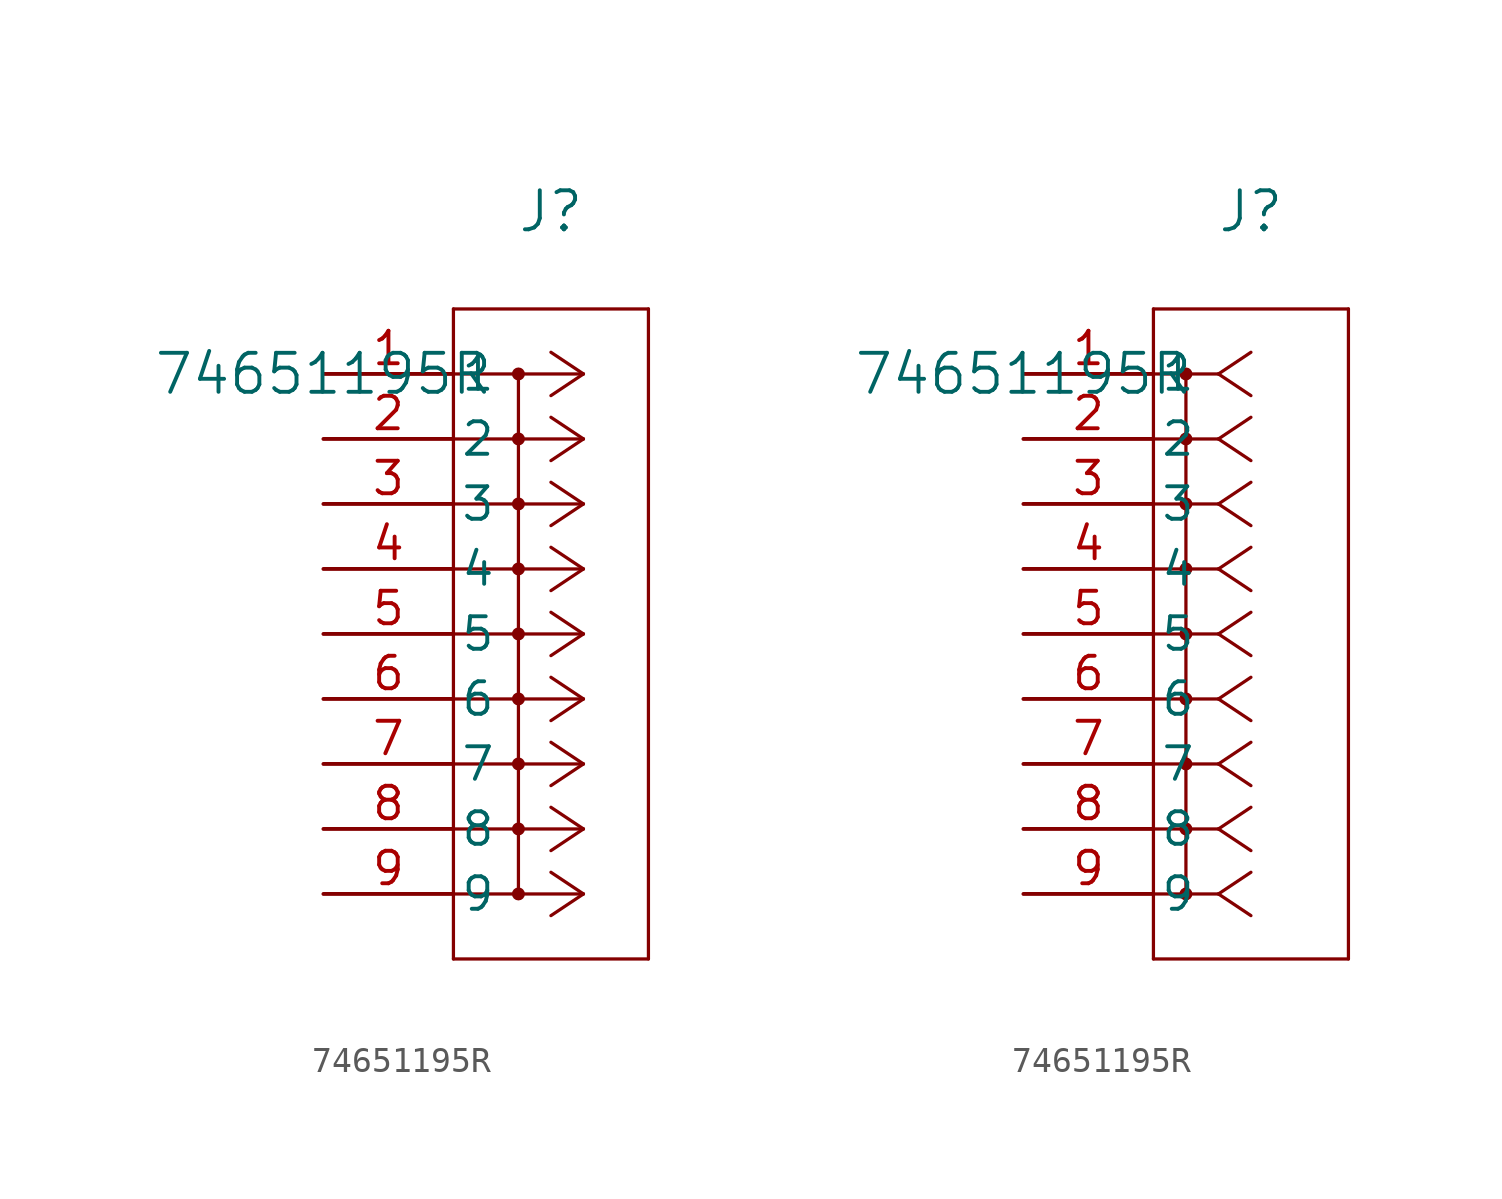
<source format=kicad_sym>
(kicad_symbol_lib
  (version 20211014)
  (generator kicad_symbol_editor)
  (symbol "74651195R"
    (pin_names
      (offset 0.254))
    (property "Reference" "J"
      (at 8.89 6.35 0)
      (effects (font (size 1.524 1.524))))
    (property "Value" "74651195R"
      (at 0 0 0)
      (effects (font (size 1.524 1.524))))
    (symbol "74651195R_1_1"
      (polyline (pts (xy 10.16 0) (xy 5.08 0)) (stroke (width 0.127) (type default) (color 0 0 0 0)) (fill (type none)))
      (polyline (pts (xy 10.16 -2.54) (xy 5.08 -2.54)) (stroke (width 0.127) (type default) (color 0 0 0 0)) (fill (type none)))
      (polyline (pts (xy 10.16 -5.08) (xy 5.08 -5.08)) (stroke (width 0.127) (type default) (color 0 0 0 0)) (fill (type none)))
      (polyline (pts (xy 10.16 -7.62) (xy 5.08 -7.62)) (stroke (width 0.127) (type default) (color 0 0 0 0)) (fill (type none)))
      (polyline (pts (xy 10.16 -10.16) (xy 5.08 -10.16)) (stroke (width 0.127) (type default) (color 0 0 0 0)) (fill (type none)))
      (polyline (pts (xy 10.16 -12.7) (xy 5.08 -12.7)) (stroke (width 0.127) (type default) (color 0 0 0 0)) (fill (type none)))
      (polyline (pts (xy 10.16 -15.24) (xy 5.08 -15.24)) (stroke (width 0.127) (type default) (color 0 0 0 0)) (fill (type none)))
      (polyline (pts (xy 10.16 -17.78) (xy 5.08 -17.78)) (stroke (width 0.127) (type default) (color 0 0 0 0)) (fill (type none)))
      (polyline (pts (xy 10.16 -20.32) (xy 5.08 -20.32)) (stroke (width 0.127) (type default) (color 0 0 0 0)) (fill (type none)))
      (polyline (pts (xy 10.16 0) (xy 8.89 0.847)) (stroke (width 0.127) (type default) (color 0 0 0 0)) (fill (type none)))
      (polyline (pts (xy 10.16 -2.54) (xy 8.89 -1.693)) (stroke (width 0.127) (type default) (color 0 0 0 0)) (fill (type none)))
      (polyline (pts (xy 10.16 -5.08) (xy 8.89 -4.233)) (stroke (width 0.127) (type default) (color 0 0 0 0)) (fill (type none)))
      (polyline (pts (xy 10.16 -7.62) (xy 8.89 -6.773)) (stroke (width 0.127) (type default) (color 0 0 0 0)) (fill (type none)))
      (polyline (pts (xy 10.16 -10.16) (xy 8.89 -9.313)) (stroke (width 0.127) (type default) (color 0 0 0 0)) (fill (type none)))
      (polyline (pts (xy 10.16 -12.7) (xy 8.89 -11.853)) (stroke (width 0.127) (type default) (color 0 0 0 0)) (fill (type none)))
      (polyline (pts (xy 10.16 -15.24) (xy 8.89 -14.393)) (stroke (width 0.127) (type default) (color 0 0 0 0)) (fill (type none)))
      (polyline (pts (xy 10.16 -17.78) (xy 8.89 -16.933)) (stroke (width 0.127) (type default) (color 0 0 0 0)) (fill (type none)))
      (polyline (pts (xy 10.16 -20.32) (xy 8.89 -19.473)) (stroke (width 0.127) (type default) (color 0 0 0 0)) (fill (type none)))
      (polyline (pts (xy 10.16 0) (xy 8.89 -0.847)) (stroke (width 0.127) (type default) (color 0 0 0 0)) (fill (type none)))
      (polyline (pts (xy 10.16 -2.54) (xy 8.89 -3.387)) (stroke (width 0.127) (type default) (color 0 0 0 0)) (fill (type none)))
      (polyline (pts (xy 10.16 -5.08) (xy 8.89 -5.927)) (stroke (width 0.127) (type default) (color 0 0 0 0)) (fill (type none)))
      (polyline (pts (xy 10.16 -7.62) (xy 8.89 -8.467)) (stroke (width 0.127) (type default) (color 0 0 0 0)) (fill (type none)))
      (polyline (pts (xy 10.16 -10.16) (xy 8.89 -11.007)) (stroke (width 0.127) (type default) (color 0 0 0 0)) (fill (type none)))
      (polyline (pts (xy 10.16 -12.7) (xy 8.89 -13.547)) (stroke (width 0.127) (type default) (color 0 0 0 0)) (fill (type none)))
      (polyline (pts (xy 10.16 -15.24) (xy 8.89 -16.087)) (stroke (width 0.127) (type default) (color 0 0 0 0)) (fill (type none)))
      (polyline (pts (xy 10.16 -17.78) (xy 8.89 -18.627)) (stroke (width 0.127) (type default) (color 0 0 0 0)) (fill (type none)))
      (polyline (pts (xy 10.16 -20.32) (xy 8.89 -21.167)) (stroke (width 0.127) (type default) (color 0 0 0 0)) (fill (type none)))
      (polyline (pts (xy 5.08 2.54) (xy 5.08 -22.86)) (stroke (width 0.127) (type default) (color 0 0 0 0)) (fill (type none)))
      (polyline (pts (xy 5.08 -22.86) (xy 12.7 -22.86)) (stroke (width 0.127) (type default) (color 0 0 0 0)) (fill (type none)))
      (polyline (pts (xy 12.7 -22.86) (xy 12.7 2.54)) (stroke (width 0.127) (type default) (color 0 0 0 0)) (fill (type none)))
      (polyline (pts (xy 12.7 2.54) (xy 5.08 2.54)) (stroke (width 0.127) (type default) (color 0 0 0 0)) (fill (type none)))
      (polyline (pts (xy 7.62 0) (xy 7.62 -20.32)) (stroke (width 0.127) (type default) (color 0 0 0 0)) (fill (type none)))
      (circle (center 7.62 0) (radius 0.127) (stroke (width 0.254) (type default) (color 0 0 0 0)) (fill (type none)))
      (circle (center 7.62 -2.54) (radius 0.127) (stroke (width 0.254) (type default) (color 0 0 0 0)) (fill (type none)))
      (circle (center 7.62 -5.08) (radius 0.127) (stroke (width 0.254) (type default) (color 0 0 0 0)) (fill (type none)))
      (circle (center 7.62 -7.62) (radius 0.127) (stroke (width 0.254) (type default) (color 0 0 0 0)) (fill (type none)))
      (circle (center 7.62 -10.16) (radius 0.127) (stroke (width 0.254) (type default) (color 0 0 0 0)) (fill (type none)))
      (circle (center 7.62 -12.7) (radius 0.127) (stroke (width 0.254) (type default) (color 0 0 0 0)) (fill (type none)))
      (circle (center 7.62 -15.24) (radius 0.127) (stroke (width 0.254) (type default) (color 0 0 0 0)) (fill (type none)))
      (circle (center 7.62 -17.78) (radius 0.127) (stroke (width 0.254) (type default) (color 0 0 0 0)) (fill (type none)))
      (circle (center 7.62 -20.32) (radius 0.127) (stroke (width 0.254) (type default) (color 0 0 0 0)) (fill (type none)))
      (pin unspecified line (at 0 0 0) (length 5.08) (name "1" (effects (font (size 1.27 1.27)))) (number "1" (effects (font (size 1.27 1.27)))))
      (pin unspecified line (at 0 -2.54 0) (length 5.08) (name "2" (effects (font (size 1.27 1.27)))) (number "2" (effects (font (size 1.27 1.27)))))
      (pin unspecified line (at 0 -5.08 0) (length 5.08) (name "3" (effects (font (size 1.27 1.27)))) (number "3" (effects (font (size 1.27 1.27)))))
      (pin unspecified line (at 0 -7.62 0) (length 5.08) (name "4" (effects (font (size 1.27 1.27)))) (number "4" (effects (font (size 1.27 1.27)))))
      (pin unspecified line (at 0 -10.16 0) (length 5.08) (name "5" (effects (font (size 1.27 1.27)))) (number "5" (effects (font (size 1.27 1.27)))))
      (pin unspecified line (at 0 -12.7 0) (length 5.08) (name "6" (effects (font (size 1.27 1.27)))) (number "6" (effects (font (size 1.27 1.27)))))
      (pin unspecified line (at 0 -15.24 0) (length 5.08) (name "7" (effects (font (size 1.27 1.27)))) (number "7" (effects (font (size 1.27 1.27)))))
      (pin unspecified line (at 0 -17.78 0) (length 5.08) (name "8" (effects (font (size 1.27 1.27)))) (number "8" (effects (font (size 1.27 1.27)))))
      (pin unspecified line (at 0 -20.32 0) (length 5.08) (name "9" (effects (font (size 1.27 1.27)))) (number "9" (effects (font (size 1.27 1.27))))))
    (symbol "74651195R_1_2"
      (polyline (pts (xy 7.62 0) (xy 5.08 0)) (stroke (width 0.127) (type default) (color 0 0 0 0)) (fill (type none)))
      (polyline (pts (xy 7.62 -2.54) (xy 5.08 -2.54)) (stroke (width 0.127) (type default) (color 0 0 0 0)) (fill (type none)))
      (polyline (pts (xy 7.62 -5.08) (xy 5.08 -5.08)) (stroke (width 0.127) (type default) (color 0 0 0 0)) (fill (type none)))
      (polyline (pts (xy 7.62 -7.62) (xy 5.08 -7.62)) (stroke (width 0.127) (type default) (color 0 0 0 0)) (fill (type none)))
      (polyline (pts (xy 7.62 -10.16) (xy 5.08 -10.16)) (stroke (width 0.127) (type default) (color 0 0 0 0)) (fill (type none)))
      (polyline (pts (xy 7.62 -12.7) (xy 5.08 -12.7)) (stroke (width 0.127) (type default) (color 0 0 0 0)) (fill (type none)))
      (polyline (pts (xy 7.62 -15.24) (xy 5.08 -15.24)) (stroke (width 0.127) (type default) (color 0 0 0 0)) (fill (type none)))
      (polyline (pts (xy 7.62 -17.78) (xy 5.08 -17.78)) (stroke (width 0.127) (type default) (color 0 0 0 0)) (fill (type none)))
      (polyline (pts (xy 7.62 -20.32) (xy 5.08 -20.32)) (stroke (width 0.127) (type default) (color 0 0 0 0)) (fill (type none)))
      (polyline (pts (xy 7.62 0) (xy 8.89 0.847)) (stroke (width 0.127) (type default) (color 0 0 0 0)) (fill (type none)))
      (polyline (pts (xy 7.62 -2.54) (xy 8.89 -1.693)) (stroke (width 0.127) (type default) (color 0 0 0 0)) (fill (type none)))
      (polyline (pts (xy 7.62 -5.08) (xy 8.89 -4.233)) (stroke (width 0.127) (type default) (color 0 0 0 0)) (fill (type none)))
      (polyline (pts (xy 7.62 -7.62) (xy 8.89 -6.773)) (stroke (width 0.127) (type default) (color 0 0 0 0)) (fill (type none)))
      (polyline (pts (xy 7.62 -10.16) (xy 8.89 -9.313)) (stroke (width 0.127) (type default) (color 0 0 0 0)) (fill (type none)))
      (polyline (pts (xy 7.62 -12.7) (xy 8.89 -11.853)) (stroke (width 0.127) (type default) (color 0 0 0 0)) (fill (type none)))
      (polyline (pts (xy 7.62 -15.24) (xy 8.89 -14.393)) (stroke (width 0.127) (type default) (color 0 0 0 0)) (fill (type none)))
      (polyline (pts (xy 7.62 -17.78) (xy 8.89 -16.933)) (stroke (width 0.127) (type default) (color 0 0 0 0)) (fill (type none)))
      (polyline (pts (xy 7.62 -20.32) (xy 8.89 -19.473)) (stroke (width 0.127) (type default) (color 0 0 0 0)) (fill (type none)))
      (polyline (pts (xy 7.62 0) (xy 8.89 -0.847)) (stroke (width 0.127) (type default) (color 0 0 0 0)) (fill (type none)))
      (polyline (pts (xy 7.62 -2.54) (xy 8.89 -3.387)) (stroke (width 0.127) (type default) (color 0 0 0 0)) (fill (type none)))
      (polyline (pts (xy 7.62 -5.08) (xy 8.89 -5.927)) (stroke (width 0.127) (type default) (color 0 0 0 0)) (fill (type none)))
      (polyline (pts (xy 7.62 -7.62) (xy 8.89 -8.467)) (stroke (width 0.127) (type default) (color 0 0 0 0)) (fill (type none)))
      (polyline (pts (xy 7.62 -10.16) (xy 8.89 -11.007)) (stroke (width 0.127) (type default) (color 0 0 0 0)) (fill (type none)))
      (polyline (pts (xy 7.62 -12.7) (xy 8.89 -13.547)) (stroke (width 0.127) (type default) (color 0 0 0 0)) (fill (type none)))
      (polyline (pts (xy 7.62 -15.24) (xy 8.89 -16.087)) (stroke (width 0.127) (type default) (color 0 0 0 0)) (fill (type none)))
      (polyline (pts (xy 7.62 -17.78) (xy 8.89 -18.627)) (stroke (width 0.127) (type default) (color 0 0 0 0)) (fill (type none)))
      (polyline (pts (xy 7.62 -20.32) (xy 8.89 -21.167)) (stroke (width 0.127) (type default) (color 0 0 0 0)) (fill (type none)))
      (polyline (pts (xy 5.08 2.54) (xy 5.08 -22.86)) (stroke (width 0.127) (type default) (color 0 0 0 0)) (fill (type none)))
      (polyline (pts (xy 5.08 -22.86) (xy 12.7 -22.86)) (stroke (width 0.127) (type default) (color 0 0 0 0)) (fill (type none)))
      (polyline (pts (xy 12.7 -22.86) (xy 12.7 2.54)) (stroke (width 0.127) (type default) (color 0 0 0 0)) (fill (type none)))
      (polyline (pts (xy 12.7 2.54) (xy 5.08 2.54)) (stroke (width 0.127) (type default) (color 0 0 0 0)) (fill (type none)))
      (polyline (pts (xy 6.35 0) (xy 6.35 -20.32)) (stroke (width 0.127) (type default) (color 0 0 0 0)) (fill (type none)))
      (circle (center 6.35 0) (radius 0.127) (stroke (width 0.254) (type default) (color 0 0 0 0)) (fill (type none)))
      (circle (center 6.35 -2.54) (radius 0.127) (stroke (width 0.254) (type default) (color 0 0 0 0)) (fill (type none)))
      (circle (center 6.35 -5.08) (radius 0.127) (stroke (width 0.254) (type default) (color 0 0 0 0)) (fill (type none)))
      (circle (center 6.35 -7.62) (radius 0.127) (stroke (width 0.254) (type default) (color 0 0 0 0)) (fill (type none)))
      (circle (center 6.35 -10.16) (radius 0.127) (stroke (width 0.254) (type default) (color 0 0 0 0)) (fill (type none)))
      (circle (center 6.35 -12.7) (radius 0.127) (stroke (width 0.254) (type default) (color 0 0 0 0)) (fill (type none)))
      (circle (center 6.35 -15.24) (radius 0.127) (stroke (width 0.254) (type default) (color 0 0 0 0)) (fill (type none)))
      (circle (center 6.35 -17.78) (radius 0.127) (stroke (width 0.254) (type default) (color 0 0 0 0)) (fill (type none)))
      (circle (center 6.35 -20.32) (radius 0.127) (stroke (width 0.254) (type default) (color 0 0 0 0)) (fill (type none)))
      (pin unspecified line (at 0 0 0) (length 5.08) (name "1" (effects (font (size 1.27 1.27)))) (number "1" (effects (font (size 1.27 1.27)))))
      (pin unspecified line (at 0 -2.54 0) (length 5.08) (name "2" (effects (font (size 1.27 1.27)))) (number "2" (effects (font (size 1.27 1.27)))))
      (pin unspecified line (at 0 -5.08 0) (length 5.08) (name "3" (effects (font (size 1.27 1.27)))) (number "3" (effects (font (size 1.27 1.27)))))
      (pin unspecified line (at 0 -7.62 0) (length 5.08) (name "4" (effects (font (size 1.27 1.27)))) (number "4" (effects (font (size 1.27 1.27)))))
      (pin unspecified line (at 0 -10.16 0) (length 5.08) (name "5" (effects (font (size 1.27 1.27)))) (number "5" (effects (font (size 1.27 1.27)))))
      (pin unspecified line (at 0 -12.7 0) (length 5.08) (name "6" (effects (font (size 1.27 1.27)))) (number "6" (effects (font (size 1.27 1.27)))))
      (pin unspecified line (at 0 -15.24 0) (length 5.08) (name "7" (effects (font (size 1.27 1.27)))) (number "7" (effects (font (size 1.27 1.27)))))
      (pin unspecified line (at 0 -17.78 0) (length 5.08) (name "8" (effects (font (size 1.27 1.27)))) (number "8" (effects (font (size 1.27 1.27)))))
      (pin unspecified line (at 0 -20.32 0) (length 5.08) (name "9" (effects (font (size 1.27 1.27)))) (number "9" (effects (font (size 1.27 1.27))))))))
</source>
